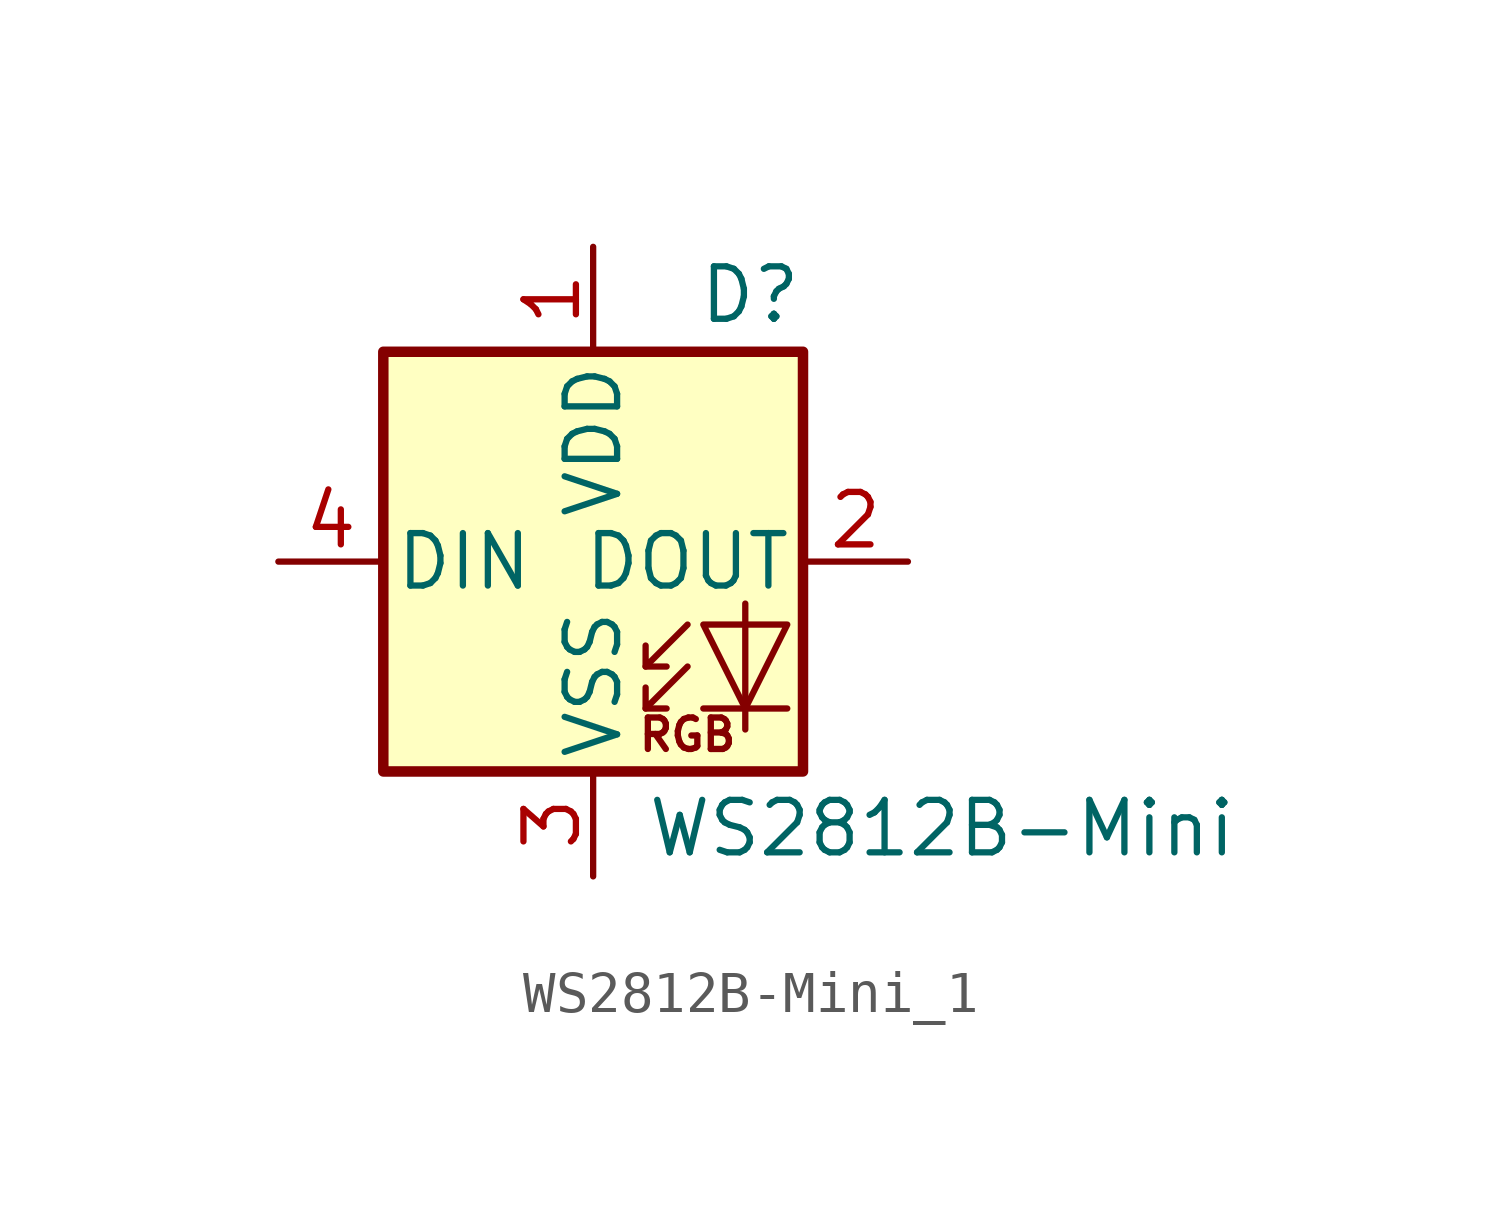
<source format=kicad_sym>
(kicad_symbol_lib
  (version 20231120)
  (generator "kicad_symbol_editor")
  (generator_version "8.0")
  (symbol "WS2812B-Mini_1"
    (pin_names
      (offset 0.254))
    (property "Reference" "D"
      (at 5.08 5.715 0)
      (effects (font (size 1.27 1.27)) (justify right bottom)))
    (property "Value" "WS2812B-Mini"
      (at 1.27 -5.715 0)
      (effects (font (size 1.27 1.27)) (justify left top)))
    (symbol "WS2812B-Mini_1_0_0"
      (text "RGB" (at 2.286 -4.191 0) (effects (font (size 0.762 0.762)))))
    (symbol "WS2812B-Mini_1_0_1"
      (polyline (pts (xy 1.27 -3.556) (xy 1.778 -3.556)) (stroke (width 0) (type default)) (fill (type none)))
      (polyline (pts (xy 1.27 -2.54) (xy 1.778 -2.54)) (stroke (width 0) (type default)) (fill (type none)))
      (polyline (pts (xy 4.699 -3.556) (xy 2.667 -3.556)) (stroke (width 0) (type default)) (fill (type none)))
      (polyline (pts (xy 2.286 -2.54) (xy 1.27 -3.556) (xy 1.27 -3.048)) (stroke (width 0) (type default)) (fill (type none)))
      (polyline (pts (xy 2.286 -1.524) (xy 1.27 -2.54) (xy 1.27 -2.032)) (stroke (width 0) (type default)) (fill (type none)))
      (polyline (pts (xy 3.683 -1.016) (xy 3.683 -3.556) (xy 3.683 -4.064)) (stroke (width 0) (type default)) (fill (type none)))
      (polyline (pts (xy 4.699 -1.524) (xy 2.667 -1.524) (xy 3.683 -3.556) (xy 4.699 -1.524)) (stroke (width 0) (type default)) (fill (type none)))
      (rectangle (start 5.08 5.08) (end -5.08 -5.08) (stroke (width 0.254) (type default)) (fill (type background))))
    (symbol "WS2812B-Mini_1_1_1"
      (pin power_in line (at 0 7.62 270) (length 2.54) (name "VDD" (effects (font (size 1.27 1.27)))) (number "1" (effects (font (size 1.27 1.27)))))
      (pin output line (at 7.62 0 180) (length 2.54) (name "DOUT" (effects (font (size 1.27 1.27)))) (number "2" (effects (font (size 1.27 1.27)))))
      (pin power_in line (at 0 -7.62 90) (length 2.54) (name "VSS" (effects (font (size 1.27 1.27)))) (number "3" (effects (font (size 1.27 1.27)))))
      (pin input line (at -7.62 0 0) (length 2.54) (name "DIN" (effects (font (size 1.27 1.27)))) (number "4" (effects (font (size 1.27 1.27))))))))
</source>
